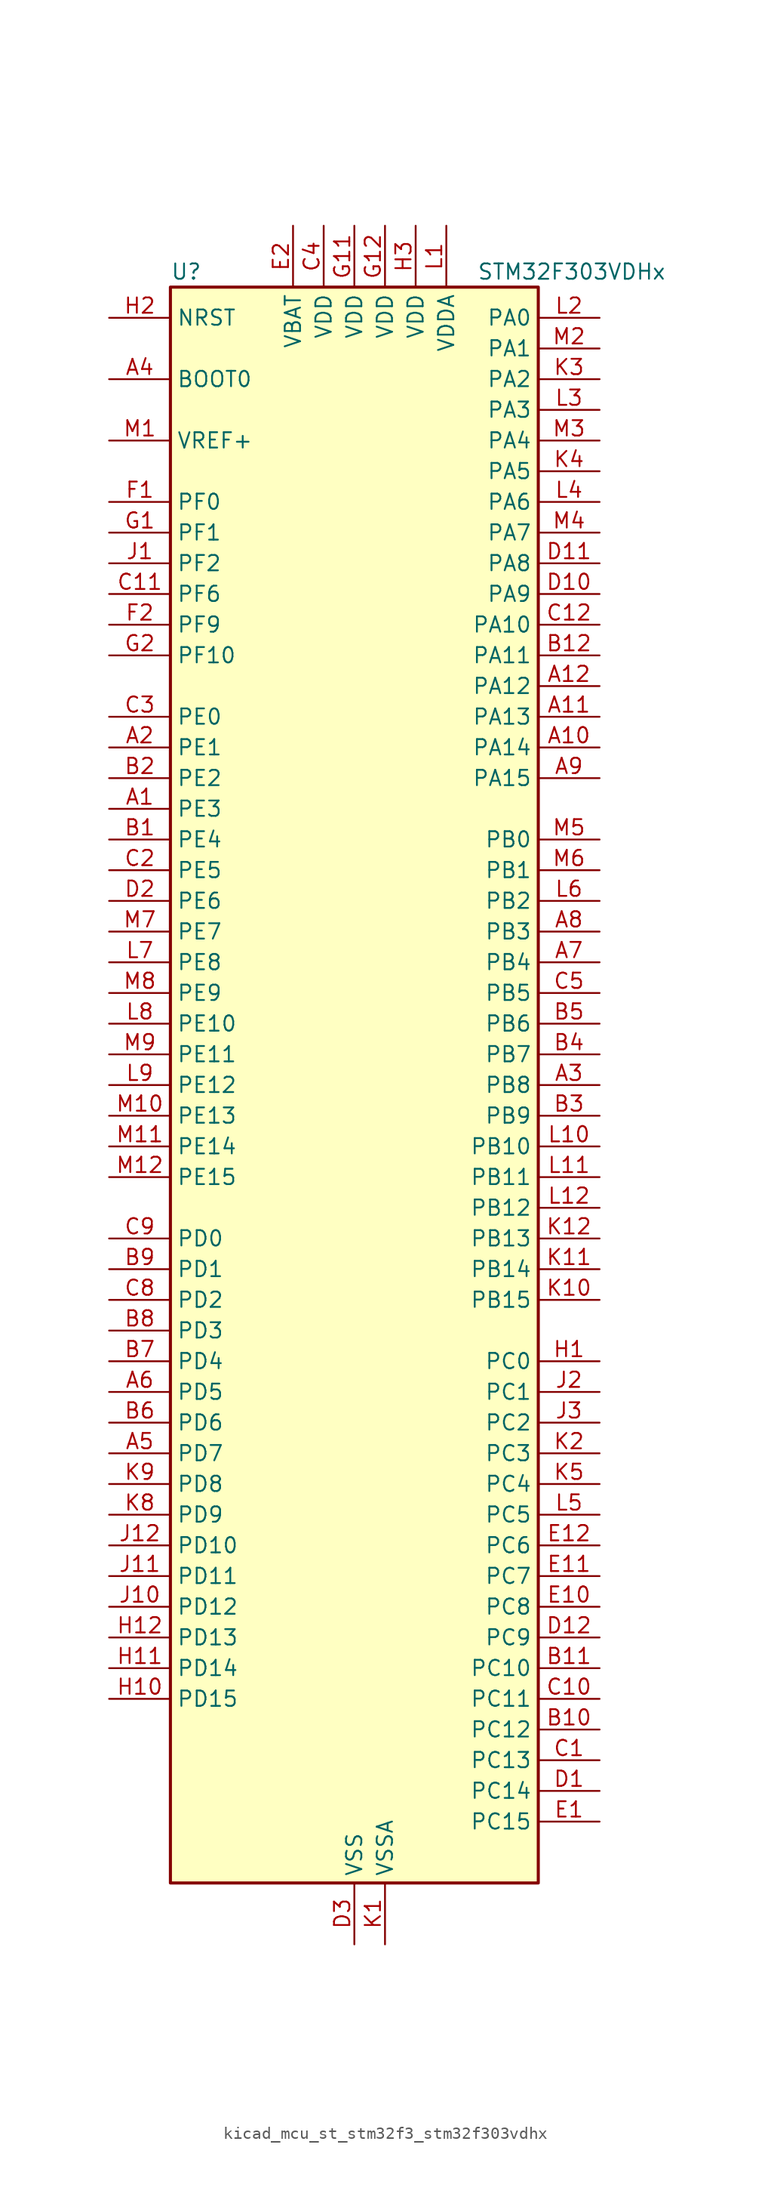
<source format=kicad_sym>
(kicad_symbol_lib
  (version 20220914)
  (generator kicad_symbol_editor)
  (symbol "kicad_mcu_st_stm32f3_stm32f303vdhx"
    (property "Reference" "U"
      (at -15.24 67.31 0)
      (effects (font (size 1.27 1.27)) (justify left)))
    (property "Value" "STM32F303VDHx"
      (at 10.16 67.31 0)
      (effects (font (size 1.27 1.27)) (justify left)))
    (property "ki_locked" ""
      (at 0 0 0)
      (effects (font (size 1.27 1.27))))
    (symbol "kicad_mcu_st_stm32f3_stm32f303vdhx_0_1"
      (rectangle (start -15.24 -66.04) (end 15.24 66.04) (stroke (width 0.254) (type default)) (fill (type background))))
    (symbol "kicad_mcu_st_stm32f3_stm32f303vdhx_1_1"
      (pin bidirectional line (at -20.32 22.86 0) (length 5.08) (name "PE3" (effects (font (size 1.27 1.27)))) (number "A1" (effects (font (size 1.27 1.27)))) (alternate "FMC_A19" bidirectional line) (alternate "SPI4_NSS" bidirectional line) (alternate "SYS_TRACED0" bidirectional line) (alternate "TIM20_CH2" bidirectional line) (alternate "TIM3_CH2" bidirectional line) (alternate "TSC_G7_IO2" bidirectional line))
      (pin bidirectional line (at 20.32 27.94 180) (length 5.08) (name "PA14" (effects (font (size 1.27 1.27)))) (number "A10" (effects (font (size 1.27 1.27)))) (alternate "I2C1_SDA" bidirectional line) (alternate "SYS_JTCK-SWCLK" bidirectional line) (alternate "TIM1_BKIN" bidirectional line) (alternate "TIM8_CH2" bidirectional line) (alternate "TSC_G4_IO4" bidirectional line) (alternate "USART2_TX" bidirectional line))
      (pin bidirectional line (at 20.32 30.48 180) (length 5.08) (name "PA13" (effects (font (size 1.27 1.27)))) (number "A11" (effects (font (size 1.27 1.27)))) (alternate "IR_OUT" bidirectional line) (alternate "SYS_JTMS-SWDIO" bidirectional line) (alternate "TIM16_CH1N" bidirectional line) (alternate "TIM4_CH3" bidirectional line) (alternate "TSC_G4_IO3" bidirectional line) (alternate "USART3_CTS" bidirectional line))
      (pin bidirectional line (at 20.32 33.02 180) (length 5.08) (name "PA12" (effects (font (size 1.27 1.27)))) (number "A12" (effects (font (size 1.27 1.27)))) (alternate "CAN_TX" bidirectional line) (alternate "COMP2_OUT" bidirectional line) (alternate "I2S_CKIN" bidirectional line) (alternate "TIM16_CH1" bidirectional line) (alternate "TIM1_CH2N" bidirectional line) (alternate "TIM1_ETR" bidirectional line) (alternate "TIM4_CH2" bidirectional line) (alternate "USART1_DE" bidirectional line) (alternate "USART1_RTS" bidirectional line) (alternate "USB_DP" bidirectional line))
      (pin bidirectional line (at -20.32 27.94 0) (length 5.08) (name "PE1" (effects (font (size 1.27 1.27)))) (number "A2" (effects (font (size 1.27 1.27)))) (alternate "FMC_NBL1" bidirectional line) (alternate "TIM17_CH1" bidirectional line) (alternate "TIM20_CH4" bidirectional line) (alternate "USART1_RX" bidirectional line))
      (pin bidirectional line (at 20.32 0 180) (length 5.08) (name "PB8" (effects (font (size 1.27 1.27)))) (number "A3" (effects (font (size 1.27 1.27)))) (alternate "CAN_RX" bidirectional line) (alternate "COMP1_OUT" bidirectional line) (alternate "I2C1_SCL" bidirectional line) (alternate "TIM16_CH1" bidirectional line) (alternate "TIM1_BKIN" bidirectional line) (alternate "TIM4_CH3" bidirectional line) (alternate "TIM8_CH2" bidirectional line) (alternate "TSC_SYNC" bidirectional line) (alternate "USART3_RX" bidirectional line))
      (pin input line (at -20.32 58.42 0) (length 5.08) (name "BOOT0" (effects (font (size 1.27 1.27)))) (number "A4" (effects (font (size 1.27 1.27)))))
      (pin bidirectional line (at -20.32 -30.48 0) (length 5.08) (name "PD7" (effects (font (size 1.27 1.27)))) (number "A5" (effects (font (size 1.27 1.27)))) (alternate "FMC_NCE2" bidirectional line) (alternate "FMC_NE1" bidirectional line) (alternate "TIM2_CH3" bidirectional line) (alternate "USART2_CK" bidirectional line))
      (pin bidirectional line (at -20.32 -25.4 0) (length 5.08) (name "PD5" (effects (font (size 1.27 1.27)))) (number "A6" (effects (font (size 1.27 1.27)))) (alternate "FMC_NWE" bidirectional line) (alternate "USART2_TX" bidirectional line))
      (pin bidirectional line (at 20.32 10.16 180) (length 5.08) (name "PB4" (effects (font (size 1.27 1.27)))) (number "A7" (effects (font (size 1.27 1.27)))) (alternate "I2S3_ext_SD" bidirectional line) (alternate "SPI1_MISO" bidirectional line) (alternate "SPI3_MISO" bidirectional line) (alternate "SYS_NJTRST" bidirectional line) (alternate "TIM16_CH1" bidirectional line) (alternate "TIM17_BKIN" bidirectional line) (alternate "TIM3_CH1" bidirectional line) (alternate "TIM8_CH2N" bidirectional line) (alternate "TSC_G5_IO2" bidirectional line) (alternate "USART2_RX" bidirectional line))
      (pin bidirectional line (at 20.32 12.7 180) (length 5.08) (name "PB3" (effects (font (size 1.27 1.27)))) (number "A8" (effects (font (size 1.27 1.27)))) (alternate "I2S3_CK" bidirectional line) (alternate "SPI1_SCK" bidirectional line) (alternate "SPI3_SCK" bidirectional line) (alternate "SYS_JTDO-TRACESWO" bidirectional line) (alternate "TIM2_CH2" bidirectional line) (alternate "TIM3_ETR" bidirectional line) (alternate "TIM4_ETR" bidirectional line) (alternate "TIM8_CH1N" bidirectional line) (alternate "TSC_G5_IO1" bidirectional line) (alternate "USART2_TX" bidirectional line))
      (pin bidirectional line (at 20.32 25.4 180) (length 5.08) (name "PA15" (effects (font (size 1.27 1.27)))) (number "A9" (effects (font (size 1.27 1.27)))) (alternate "ADC1_EXTI15" bidirectional line) (alternate "ADC2_EXTI15" bidirectional line) (alternate "ADC3_EXTI15" bidirectional line) (alternate "ADC4_EXTI15" bidirectional line) (alternate "I2C1_SCL" bidirectional line) (alternate "I2S3_WS" bidirectional line) (alternate "SPI1_NSS" bidirectional line) (alternate "SPI3_NSS" bidirectional line) (alternate "SYS_JTDI" bidirectional line) (alternate "TIM1_BKIN" bidirectional line) (alternate "TIM2_CH1" bidirectional line) (alternate "TIM2_ETR" bidirectional line) (alternate "TIM8_CH1" bidirectional line) (alternate "TSC_SYNC" bidirectional line) (alternate "USART2_RX" bidirectional line))
      (pin bidirectional line (at -20.32 20.32 0) (length 5.08) (name "PE4" (effects (font (size 1.27 1.27)))) (number "B1" (effects (font (size 1.27 1.27)))) (alternate "FMC_A20" bidirectional line) (alternate "SPI4_NSS" bidirectional line) (alternate "SYS_TRACED1" bidirectional line) (alternate "TIM20_CH1N" bidirectional line) (alternate "TIM3_CH3" bidirectional line) (alternate "TSC_G7_IO3" bidirectional line))
      (pin bidirectional line (at 20.32 -53.34 180) (length 5.08) (name "PC12" (effects (font (size 1.27 1.27)))) (number "B10" (effects (font (size 1.27 1.27)))) (alternate "I2S3_SD" bidirectional line) (alternate "SPI3_MOSI" bidirectional line) (alternate "TIM8_CH3N" bidirectional line) (alternate "UART5_TX" bidirectional line) (alternate "USART3_CK" bidirectional line))
      (pin bidirectional line (at 20.32 -48.26 180) (length 5.08) (name "PC10" (effects (font (size 1.27 1.27)))) (number "B11" (effects (font (size 1.27 1.27)))) (alternate "I2S3_CK" bidirectional line) (alternate "SPI3_SCK" bidirectional line) (alternate "TIM8_CH1N" bidirectional line) (alternate "UART4_TX" bidirectional line) (alternate "USART3_TX" bidirectional line))
      (pin bidirectional line (at 20.32 35.56 180) (length 5.08) (name "PA11" (effects (font (size 1.27 1.27)))) (number "B12" (effects (font (size 1.27 1.27)))) (alternate "ADC1_EXTI11" bidirectional line) (alternate "ADC2_EXTI11" bidirectional line) (alternate "CAN_RX" bidirectional line) (alternate "COMP1_OUT" bidirectional line) (alternate "I2S2_SD" bidirectional line) (alternate "SPI2_MOSI" bidirectional line) (alternate "TIM1_BKIN2" bidirectional line) (alternate "TIM1_CH1N" bidirectional line) (alternate "TIM1_CH4" bidirectional line) (alternate "TIM4_CH1" bidirectional line) (alternate "USART1_CTS" bidirectional line) (alternate "USB_DM" bidirectional line))
      (pin bidirectional line (at -20.32 25.4 0) (length 5.08) (name "PE2" (effects (font (size 1.27 1.27)))) (number "B2" (effects (font (size 1.27 1.27)))) (alternate "ADC3_EXTI2" bidirectional line) (alternate "ADC4_EXTI2" bidirectional line) (alternate "FMC_A23" bidirectional line) (alternate "SPI4_SCK" bidirectional line) (alternate "SYS_TRACECK" bidirectional line) (alternate "TIM20_CH1" bidirectional line) (alternate "TIM3_CH1" bidirectional line) (alternate "TSC_G7_IO1" bidirectional line))
      (pin bidirectional line (at 20.32 -2.54 180) (length 5.08) (name "PB9" (effects (font (size 1.27 1.27)))) (number "B3" (effects (font (size 1.27 1.27)))) (alternate "CAN_TX" bidirectional line) (alternate "COMP2_OUT" bidirectional line) (alternate "DAC1_EXTI9" bidirectional line) (alternate "I2C1_SDA" bidirectional line) (alternate "IR_OUT" bidirectional line) (alternate "TIM17_CH1" bidirectional line) (alternate "TIM4_CH4" bidirectional line) (alternate "TIM8_CH3" bidirectional line) (alternate "USART3_TX" bidirectional line))
      (pin bidirectional line (at 20.32 2.54 180) (length 5.08) (name "PB7" (effects (font (size 1.27 1.27)))) (number "B4" (effects (font (size 1.27 1.27)))) (alternate "FMC_NL" bidirectional line) (alternate "I2C1_SDA" bidirectional line) (alternate "TIM17_CH1N" bidirectional line) (alternate "TIM3_CH4" bidirectional line) (alternate "TIM4_CH2" bidirectional line) (alternate "TIM8_BKIN" bidirectional line) (alternate "TSC_G5_IO4" bidirectional line) (alternate "USART1_RX" bidirectional line))
      (pin bidirectional line (at 20.32 5.08 180) (length 5.08) (name "PB6" (effects (font (size 1.27 1.27)))) (number "B5" (effects (font (size 1.27 1.27)))) (alternate "I2C1_SCL" bidirectional line) (alternate "TIM16_CH1N" bidirectional line) (alternate "TIM4_CH1" bidirectional line) (alternate "TIM8_BKIN2" bidirectional line) (alternate "TIM8_CH1" bidirectional line) (alternate "TIM8_ETR" bidirectional line) (alternate "TSC_G5_IO3" bidirectional line) (alternate "USART1_TX" bidirectional line))
      (pin bidirectional line (at -20.32 -27.94 0) (length 5.08) (name "PD6" (effects (font (size 1.27 1.27)))) (number "B6" (effects (font (size 1.27 1.27)))) (alternate "FMC_NWAIT" bidirectional line) (alternate "TIM2_CH4" bidirectional line) (alternate "USART2_RX" bidirectional line))
      (pin bidirectional line (at -20.32 -22.86 0) (length 5.08) (name "PD4" (effects (font (size 1.27 1.27)))) (number "B7" (effects (font (size 1.27 1.27)))) (alternate "FMC_NOE" bidirectional line) (alternate "TIM2_CH2" bidirectional line) (alternate "USART2_DE" bidirectional line) (alternate "USART2_RTS" bidirectional line))
      (pin bidirectional line (at -20.32 -20.32 0) (length 5.08) (name "PD3" (effects (font (size 1.27 1.27)))) (number "B8" (effects (font (size 1.27 1.27)))) (alternate "FMC_CLK" bidirectional line) (alternate "TIM2_CH1" bidirectional line) (alternate "TIM2_ETR" bidirectional line) (alternate "USART2_CTS" bidirectional line))
      (pin bidirectional line (at -20.32 -15.24 0) (length 5.08) (name "PD1" (effects (font (size 1.27 1.27)))) (number "B9" (effects (font (size 1.27 1.27)))) (alternate "CAN_TX" bidirectional line) (alternate "FMC_D3" bidirectional line) (alternate "FMC_DA3" bidirectional line) (alternate "TIM8_BKIN2" bidirectional line) (alternate "TIM8_CH4" bidirectional line))
      (pin bidirectional line (at 20.32 -55.88 180) (length 5.08) (name "PC13" (effects (font (size 1.27 1.27)))) (number "C1" (effects (font (size 1.27 1.27)))) (alternate "RTC_OUT_ALARM" bidirectional line) (alternate "RTC_OUT_CALIB" bidirectional line) (alternate "RTC_TAMP1" bidirectional line) (alternate "RTC_TS" bidirectional line) (alternate "SYS_WKUP2" bidirectional line) (alternate "TIM1_CH1N" bidirectional line))
      (pin bidirectional line (at 20.32 -50.8 180) (length 5.08) (name "PC11" (effects (font (size 1.27 1.27)))) (number "C10" (effects (font (size 1.27 1.27)))) (alternate "ADC1_EXTI11" bidirectional line) (alternate "ADC2_EXTI11" bidirectional line) (alternate "I2S3_ext_SD" bidirectional line) (alternate "SPI3_MISO" bidirectional line) (alternate "TIM8_CH2N" bidirectional line) (alternate "UART4_RX" bidirectional line) (alternate "USART3_RX" bidirectional line))
      (pin bidirectional line (at -20.32 40.64 0) (length 5.08) (name "PF6" (effects (font (size 1.27 1.27)))) (number "C11" (effects (font (size 1.27 1.27)))) (alternate "FMC_NIORD" bidirectional line) (alternate "I2C2_SCL" bidirectional line) (alternate "TIM4_CH4" bidirectional line) (alternate "USART3_DE" bidirectional line) (alternate "USART3_RTS" bidirectional line))
      (pin bidirectional line (at 20.32 38.1 180) (length 5.08) (name "PA10" (effects (font (size 1.27 1.27)))) (number "C12" (effects (font (size 1.27 1.27)))) (alternate "COMP6_OUT" bidirectional line) (alternate "I2C2_SDA" bidirectional line) (alternate "I2S2_ext_SD" bidirectional line) (alternate "SPI2_MISO" bidirectional line) (alternate "TIM17_BKIN" bidirectional line) (alternate "TIM1_CH3" bidirectional line) (alternate "TIM2_CH4" bidirectional line) (alternate "TIM8_BKIN" bidirectional line) (alternate "TSC_G4_IO2" bidirectional line) (alternate "USART1_RX" bidirectional line))
      (pin bidirectional line (at -20.32 17.78 0) (length 5.08) (name "PE5" (effects (font (size 1.27 1.27)))) (number "C2" (effects (font (size 1.27 1.27)))) (alternate "FMC_A21" bidirectional line) (alternate "SPI4_MISO" bidirectional line) (alternate "SYS_TRACED2" bidirectional line) (alternate "TIM20_CH2N" bidirectional line) (alternate "TIM3_CH4" bidirectional line) (alternate "TSC_G7_IO4" bidirectional line))
      (pin bidirectional line (at -20.32 30.48 0) (length 5.08) (name "PE0" (effects (font (size 1.27 1.27)))) (number "C3" (effects (font (size 1.27 1.27)))) (alternate "FMC_NBL0" bidirectional line) (alternate "TIM16_CH1" bidirectional line) (alternate "TIM20_ETR" bidirectional line) (alternate "TIM4_ETR" bidirectional line) (alternate "USART1_TX" bidirectional line))
      (pin power_in line (at -2.54 71.12 270) (length 5.08) (name "VDD" (effects (font (size 1.27 1.27)))) (number "C4" (effects (font (size 1.27 1.27)))))
      (pin bidirectional line (at 20.32 7.62 180) (length 5.08) (name "PB5" (effects (font (size 1.27 1.27)))) (number "C5" (effects (font (size 1.27 1.27)))) (alternate "I2C1_SMBA" bidirectional line) (alternate "I2C3_SDA" bidirectional line) (alternate "I2S3_SD" bidirectional line) (alternate "SPI1_MOSI" bidirectional line) (alternate "SPI3_MOSI" bidirectional line) (alternate "TIM16_BKIN" bidirectional line) (alternate "TIM17_CH1" bidirectional line) (alternate "TIM3_CH2" bidirectional line) (alternate "TIM8_CH3N" bidirectional line) (alternate "USART2_CK" bidirectional line))
      (pin bidirectional line (at -20.32 -17.78 0) (length 5.08) (name "PD2" (effects (font (size 1.27 1.27)))) (number "C8" (effects (font (size 1.27 1.27)))) (alternate "ADC3_EXTI2" bidirectional line) (alternate "ADC4_EXTI2" bidirectional line) (alternate "TIM3_ETR" bidirectional line) (alternate "TIM8_BKIN" bidirectional line) (alternate "UART5_RX" bidirectional line))
      (pin bidirectional line (at -20.32 -12.7 0) (length 5.08) (name "PD0" (effects (font (size 1.27 1.27)))) (number "C9" (effects (font (size 1.27 1.27)))) (alternate "CAN_RX" bidirectional line) (alternate "FMC_D2" bidirectional line) (alternate "FMC_DA2" bidirectional line))
      (pin bidirectional line (at 20.32 -58.42 180) (length 5.08) (name "PC14" (effects (font (size 1.27 1.27)))) (number "D1" (effects (font (size 1.27 1.27)))) (alternate "RCC_OSC32_IN" bidirectional line))
      (pin bidirectional line (at 20.32 40.64 180) (length 5.08) (name "PA9" (effects (font (size 1.27 1.27)))) (number "D10" (effects (font (size 1.27 1.27)))) (alternate "COMP5_OUT" bidirectional line) (alternate "DAC1_EXTI9" bidirectional line) (alternate "I2C2_SCL" bidirectional line) (alternate "I2C3_SMBA" bidirectional line) (alternate "I2S3_MCK" bidirectional line) (alternate "TIM15_BKIN" bidirectional line) (alternate "TIM1_CH2" bidirectional line) (alternate "TIM2_CH3" bidirectional line) (alternate "TSC_G4_IO1" bidirectional line) (alternate "USART1_TX" bidirectional line))
      (pin bidirectional line (at 20.32 43.18 180) (length 5.08) (name "PA8" (effects (font (size 1.27 1.27)))) (number "D11" (effects (font (size 1.27 1.27)))) (alternate "COMP3_OUT" bidirectional line) (alternate "I2C2_SMBA" bidirectional line) (alternate "I2C3_SCL" bidirectional line) (alternate "I2S2_MCK" bidirectional line) (alternate "RCC_MCO" bidirectional line) (alternate "TIM1_CH1" bidirectional line) (alternate "TIM4_ETR" bidirectional line) (alternate "USART1_CK" bidirectional line))
      (pin bidirectional line (at 20.32 -45.72 180) (length 5.08) (name "PC9" (effects (font (size 1.27 1.27)))) (number "D12" (effects (font (size 1.27 1.27)))) (alternate "DAC1_EXTI9" bidirectional line) (alternate "I2C3_SDA" bidirectional line) (alternate "I2S_CKIN" bidirectional line) (alternate "TIM3_CH4" bidirectional line) (alternate "TIM8_BKIN2" bidirectional line) (alternate "TIM8_CH4" bidirectional line))
      (pin bidirectional line (at -20.32 15.24 0) (length 5.08) (name "PE6" (effects (font (size 1.27 1.27)))) (number "D2" (effects (font (size 1.27 1.27)))) (alternate "FMC_A22" bidirectional line) (alternate "RTC_TAMP3" bidirectional line) (alternate "SPI4_MOSI" bidirectional line) (alternate "SYS_TRACED3" bidirectional line) (alternate "SYS_WKUP3" bidirectional line) (alternate "TIM20_CH3N" bidirectional line))
      (pin power_in line (at 0 -71.12 90) (length 5.08) (name "VSS" (effects (font (size 1.27 1.27)))) (number "D3" (effects (font (size 1.27 1.27)))))
      (pin bidirectional line (at 20.32 -60.96 180) (length 5.08) (name "PC15" (effects (font (size 1.27 1.27)))) (number "E1" (effects (font (size 1.27 1.27)))) (alternate "ADC1_EXTI15" bidirectional line) (alternate "ADC2_EXTI15" bidirectional line) (alternate "ADC3_EXTI15" bidirectional line) (alternate "ADC4_EXTI15" bidirectional line) (alternate "RCC_OSC32_OUT" bidirectional line))
      (pin bidirectional line (at 20.32 -43.18 180) (length 5.08) (name "PC8" (effects (font (size 1.27 1.27)))) (number "E10" (effects (font (size 1.27 1.27)))) (alternate "COMP3_OUT" bidirectional line) (alternate "TIM3_CH3" bidirectional line) (alternate "TIM8_CH3" bidirectional line))
      (pin bidirectional line (at 20.32 -40.64 180) (length 5.08) (name "PC7" (effects (font (size 1.27 1.27)))) (number "E11" (effects (font (size 1.27 1.27)))) (alternate "COMP5_OUT" bidirectional line) (alternate "I2S3_MCK" bidirectional line) (alternate "TIM3_CH2" bidirectional line) (alternate "TIM8_CH2" bidirectional line))
      (pin bidirectional line (at 20.32 -38.1 180) (length 5.08) (name "PC6" (effects (font (size 1.27 1.27)))) (number "E12" (effects (font (size 1.27 1.27)))) (alternate "COMP6_OUT" bidirectional line) (alternate "I2S2_MCK" bidirectional line) (alternate "TIM3_CH1" bidirectional line) (alternate "TIM8_CH1" bidirectional line))
      (pin power_in line (at -5.08 71.12 270) (length 5.08) (name "VBAT" (effects (font (size 1.27 1.27)))) (number "E2" (effects (font (size 1.27 1.27)))))
      (pin passive line (at 0 -71.12 90) (length 5.08) hide (name "VSS" (effects (font (size 1.27 1.27)))) (number "E3" (effects (font (size 1.27 1.27)))))
      (pin bidirectional line (at -20.32 48.26 0) (length 5.08) (name "PF0" (effects (font (size 1.27 1.27)))) (number "F1" (effects (font (size 1.27 1.27)))) (alternate "I2C2_SDA" bidirectional line) (alternate "I2S2_WS" bidirectional line) (alternate "RCC_OSC_IN" bidirectional line) (alternate "SPI2_NSS" bidirectional line) (alternate "TIM1_CH3N" bidirectional line))
      (pin passive line (at 0 -71.12 90) (length 5.08) hide (name "VSS" (effects (font (size 1.27 1.27)))) (number "F11" (effects (font (size 1.27 1.27)))))
      (pin passive line (at 0 -71.12 90) (length 5.08) hide (name "VSS" (effects (font (size 1.27 1.27)))) (number "F12" (effects (font (size 1.27 1.27)))))
      (pin bidirectional line (at -20.32 38.1 0) (length 5.08) (name "PF9" (effects (font (size 1.27 1.27)))) (number "F2" (effects (font (size 1.27 1.27)))) (alternate "DAC1_EXTI9" bidirectional line) (alternate "FMC_CD" bidirectional line) (alternate "SPI2_SCK" bidirectional line) (alternate "TIM15_CH1" bidirectional line) (alternate "TIM20_BKIN" bidirectional line))
      (pin bidirectional line (at -20.32 45.72 0) (length 5.08) (name "PF1" (effects (font (size 1.27 1.27)))) (number "G1" (effects (font (size 1.27 1.27)))) (alternate "I2C2_SCL" bidirectional line) (alternate "I2S2_CK" bidirectional line) (alternate "RCC_OSC_OUT" bidirectional line) (alternate "SPI2_SCK" bidirectional line))
      (pin power_in line (at 0 71.12 270) (length 5.08) (name "VDD" (effects (font (size 1.27 1.27)))) (number "G11" (effects (font (size 1.27 1.27)))))
      (pin power_in line (at 2.54 71.12 270) (length 5.08) (name "VDD" (effects (font (size 1.27 1.27)))) (number "G12" (effects (font (size 1.27 1.27)))))
      (pin bidirectional line (at -20.32 35.56 0) (length 5.08) (name "PF10" (effects (font (size 1.27 1.27)))) (number "G2" (effects (font (size 1.27 1.27)))) (alternate "FMC_INTR" bidirectional line) (alternate "SPI2_SCK" bidirectional line) (alternate "TIM15_CH2" bidirectional line) (alternate "TIM20_BKIN2" bidirectional line))
      (pin bidirectional line (at 20.32 -22.86 180) (length 5.08) (name "PC0" (effects (font (size 1.27 1.27)))) (number "H1" (effects (font (size 1.27 1.27)))) (alternate "ADC1_IN6" bidirectional line) (alternate "ADC2_IN6" bidirectional line) (alternate "COMP7_INM" bidirectional line) (alternate "TIM1_CH1" bidirectional line))
      (pin bidirectional line (at -20.32 -50.8 0) (length 5.08) (name "PD15" (effects (font (size 1.27 1.27)))) (number "H10" (effects (font (size 1.27 1.27)))) (alternate "ADC1_EXTI15" bidirectional line) (alternate "ADC2_EXTI15" bidirectional line) (alternate "ADC3_EXTI15" bidirectional line) (alternate "ADC4_EXTI15" bidirectional line) (alternate "COMP3_INM" bidirectional line) (alternate "FMC_D1" bidirectional line) (alternate "FMC_DA1" bidirectional line) (alternate "SPI2_NSS" bidirectional line) (alternate "TIM4_CH4" bidirectional line) (alternate "TSC_G8_IO4" bidirectional line))
      (pin bidirectional line (at -20.32 -48.26 0) (length 5.08) (name "PD14" (effects (font (size 1.27 1.27)))) (number "H11" (effects (font (size 1.27 1.27)))) (alternate "ADC3_IN11" bidirectional line) (alternate "ADC4_IN11" bidirectional line) (alternate "FMC_D0" bidirectional line) (alternate "FMC_DA0" bidirectional line) (alternate "OPAMP2_VINP" bidirectional line) (alternate "OPAMP2_VINP_SEC" bidirectional line) (alternate "TIM4_CH3" bidirectional line) (alternate "TSC_G8_IO3" bidirectional line))
      (pin bidirectional line (at -20.32 -45.72 0) (length 5.08) (name "PD13" (effects (font (size 1.27 1.27)))) (number "H12" (effects (font (size 1.27 1.27)))) (alternate "ADC3_IN10" bidirectional line) (alternate "ADC4_IN10" bidirectional line) (alternate "COMP5_INM" bidirectional line) (alternate "FMC_A18" bidirectional line) (alternate "TIM4_CH2" bidirectional line) (alternate "TSC_G8_IO2" bidirectional line))
      (pin input line (at -20.32 63.5 0) (length 5.08) (name "NRST" (effects (font (size 1.27 1.27)))) (number "H2" (effects (font (size 1.27 1.27)))))
      (pin power_in line (at 5.08 71.12 270) (length 5.08) (name "VDD" (effects (font (size 1.27 1.27)))) (number "H3" (effects (font (size 1.27 1.27)))))
      (pin bidirectional line (at -20.32 43.18 0) (length 5.08) (name "PF2" (effects (font (size 1.27 1.27)))) (number "J1" (effects (font (size 1.27 1.27)))) (alternate "ADC1_IN10" bidirectional line) (alternate "ADC2_IN10" bidirectional line) (alternate "ADC3_EXTI2" bidirectional line) (alternate "ADC4_EXTI2" bidirectional line) (alternate "FMC_A2" bidirectional line) (alternate "TIM20_CH3" bidirectional line))
      (pin bidirectional line (at -20.32 -43.18 0) (length 5.08) (name "PD12" (effects (font (size 1.27 1.27)))) (number "J10" (effects (font (size 1.27 1.27)))) (alternate "ADC3_IN9" bidirectional line) (alternate "ADC4_IN9" bidirectional line) (alternate "FMC_A17" bidirectional line) (alternate "FMC_ALE" bidirectional line) (alternate "TIM4_CH1" bidirectional line) (alternate "TSC_G8_IO1" bidirectional line) (alternate "USART3_DE" bidirectional line) (alternate "USART3_RTS" bidirectional line))
      (pin bidirectional line (at -20.32 -40.64 0) (length 5.08) (name "PD11" (effects (font (size 1.27 1.27)))) (number "J11" (effects (font (size 1.27 1.27)))) (alternate "ADC1_EXTI11" bidirectional line) (alternate "ADC2_EXTI11" bidirectional line) (alternate "ADC3_IN8" bidirectional line) (alternate "ADC4_IN8" bidirectional line) (alternate "FMC_A16" bidirectional line) (alternate "FMC_CLE" bidirectional line) (alternate "OPAMP4_VINP" bidirectional line) (alternate "OPAMP4_VINP_SEC" bidirectional line) (alternate "USART3_CTS" bidirectional line))
      (pin bidirectional line (at -20.32 -38.1 0) (length 5.08) (name "PD10" (effects (font (size 1.27 1.27)))) (number "J12" (effects (font (size 1.27 1.27)))) (alternate "ADC3_IN7" bidirectional line) (alternate "ADC4_IN7" bidirectional line) (alternate "COMP6_INM" bidirectional line) (alternate "FMC_D15" bidirectional line) (alternate "FMC_DA15" bidirectional line) (alternate "USART3_CK" bidirectional line))
      (pin bidirectional line (at 20.32 -25.4 180) (length 5.08) (name "PC1" (effects (font (size 1.27 1.27)))) (number "J2" (effects (font (size 1.27 1.27)))) (alternate "ADC1_IN7" bidirectional line) (alternate "ADC2_IN7" bidirectional line) (alternate "COMP7_INP" bidirectional line) (alternate "TIM1_CH2" bidirectional line))
      (pin bidirectional line (at 20.32 -27.94 180) (length 5.08) (name "PC2" (effects (font (size 1.27 1.27)))) (number "J3" (effects (font (size 1.27 1.27)))) (alternate "ADC1_IN8" bidirectional line) (alternate "ADC2_IN8" bidirectional line) (alternate "ADC3_EXTI2" bidirectional line) (alternate "ADC4_EXTI2" bidirectional line) (alternate "COMP7_OUT" bidirectional line) (alternate "TIM1_CH3" bidirectional line))
      (pin power_in line (at 2.54 -71.12 90) (length 5.08) (name "VSSA" (effects (font (size 1.27 1.27)))) (number "K1" (effects (font (size 1.27 1.27)))))
      (pin bidirectional line (at 20.32 -17.78 180) (length 5.08) (name "PB15" (effects (font (size 1.27 1.27)))) (number "K10" (effects (font (size 1.27 1.27)))) (alternate "ADC1_EXTI15" bidirectional line) (alternate "ADC2_EXTI15" bidirectional line) (alternate "ADC3_EXTI15" bidirectional line) (alternate "ADC4_EXTI15" bidirectional line) (alternate "ADC4_IN5" bidirectional line) (alternate "COMP6_INM" bidirectional line) (alternate "I2S2_SD" bidirectional line) (alternate "RTC_REFIN" bidirectional line) (alternate "SPI2_MOSI" bidirectional line) (alternate "TIM15_CH1N" bidirectional line) (alternate "TIM15_CH2" bidirectional line) (alternate "TIM1_CH3N" bidirectional line))
      (pin bidirectional line (at 20.32 -15.24 180) (length 5.08) (name "PB14" (effects (font (size 1.27 1.27)))) (number "K11" (effects (font (size 1.27 1.27)))) (alternate "ADC4_IN4" bidirectional line) (alternate "COMP3_INP" bidirectional line) (alternate "I2S2_ext_SD" bidirectional line) (alternate "OPAMP2_VINP" bidirectional line) (alternate "OPAMP2_VINP_SEC" bidirectional line) (alternate "SPI2_MISO" bidirectional line) (alternate "TIM15_CH1" bidirectional line) (alternate "TIM1_CH2N" bidirectional line) (alternate "TSC_G6_IO4" bidirectional line) (alternate "USART3_DE" bidirectional line) (alternate "USART3_RTS" bidirectional line))
      (pin bidirectional line (at 20.32 -12.7 180) (length 5.08) (name "PB13" (effects (font (size 1.27 1.27)))) (number "K12" (effects (font (size 1.27 1.27)))) (alternate "ADC3_IN5" bidirectional line) (alternate "COMP5_INP" bidirectional line) (alternate "I2S2_CK" bidirectional line) (alternate "OPAMP3_VINP" bidirectional line) (alternate "OPAMP3_VINP_SEC" bidirectional line) (alternate "OPAMP4_VINP" bidirectional line) (alternate "OPAMP4_VINP_SEC" bidirectional line) (alternate "SPI2_SCK" bidirectional line) (alternate "TIM1_CH1N" bidirectional line) (alternate "TSC_G6_IO3" bidirectional line) (alternate "USART3_CTS" bidirectional line))
      (pin bidirectional line (at 20.32 -30.48 180) (length 5.08) (name "PC3" (effects (font (size 1.27 1.27)))) (number "K2" (effects (font (size 1.27 1.27)))) (alternate "ADC1_IN9" bidirectional line) (alternate "ADC2_IN9" bidirectional line) (alternate "TIM1_BKIN2" bidirectional line) (alternate "TIM1_CH4" bidirectional line))
      (pin bidirectional line (at 20.32 58.42 180) (length 5.08) (name "PA2" (effects (font (size 1.27 1.27)))) (number "K3" (effects (font (size 1.27 1.27)))) (alternate "ADC1_IN3" bidirectional line) (alternate "ADC3_EXTI2" bidirectional line) (alternate "ADC4_EXTI2" bidirectional line) (alternate "COMP2_INM" bidirectional line) (alternate "COMP2_OUT" bidirectional line) (alternate "OPAMP1_VOUT" bidirectional line) (alternate "TIM15_CH1" bidirectional line) (alternate "TIM2_CH3" bidirectional line) (alternate "TSC_G1_IO3" bidirectional line) (alternate "USART2_TX" bidirectional line))
      (pin bidirectional line (at 20.32 50.8 180) (length 5.08) (name "PA5" (effects (font (size 1.27 1.27)))) (number "K4" (effects (font (size 1.27 1.27)))) (alternate "ADC2_IN2" bidirectional line) (alternate "COMP1_INM" bidirectional line) (alternate "COMP2_INM" bidirectional line) (alternate "COMP3_INM" bidirectional line) (alternate "COMP4_INM" bidirectional line) (alternate "COMP5_INM" bidirectional line) (alternate "COMP6_INM" bidirectional line) (alternate "COMP7_INM" bidirectional line) (alternate "DAC1_OUT2" bidirectional line) (alternate "OPAMP1_VINP" bidirectional line) (alternate "OPAMP1_VINP_SEC" bidirectional line) (alternate "OPAMP2_VINM" bidirectional line) (alternate "OPAMP2_VINM_SEC" bidirectional line) (alternate "OPAMP3_VINP" bidirectional line) (alternate "OPAMP3_VINP_SEC" bidirectional line) (alternate "SPI1_SCK" bidirectional line) (alternate "TIM2_CH1" bidirectional line) (alternate "TIM2_ETR" bidirectional line) (alternate "TSC_G2_IO2" bidirectional line))
      (pin bidirectional line (at 20.32 -33.02 180) (length 5.08) (name "PC4" (effects (font (size 1.27 1.27)))) (number "K5" (effects (font (size 1.27 1.27)))) (alternate "ADC2_IN5" bidirectional line) (alternate "TIM1_ETR" bidirectional line) (alternate "USART1_TX" bidirectional line))
      (pin bidirectional line (at -20.32 -35.56 0) (length 5.08) (name "PD9" (effects (font (size 1.27 1.27)))) (number "K8" (effects (font (size 1.27 1.27)))) (alternate "ADC4_IN13" bidirectional line) (alternate "DAC1_EXTI9" bidirectional line) (alternate "FMC_D14" bidirectional line) (alternate "FMC_DA14" bidirectional line) (alternate "USART3_RX" bidirectional line))
      (pin bidirectional line (at -20.32 -33.02 0) (length 5.08) (name "PD8" (effects (font (size 1.27 1.27)))) (number "K9" (effects (font (size 1.27 1.27)))) (alternate "ADC4_IN12" bidirectional line) (alternate "FMC_D13" bidirectional line) (alternate "FMC_DA13" bidirectional line) (alternate "OPAMP4_VINM" bidirectional line) (alternate "OPAMP4_VINM_SEC" bidirectional line) (alternate "USART3_TX" bidirectional line))
      (pin power_in line (at 7.62 71.12 270) (length 5.08) (name "VDDA" (effects (font (size 1.27 1.27)))) (number "L1" (effects (font (size 1.27 1.27)))))
      (pin bidirectional line (at 20.32 -5.08 180) (length 5.08) (name "PB10" (effects (font (size 1.27 1.27)))) (number "L10" (effects (font (size 1.27 1.27)))) (alternate "COMP5_INM" bidirectional line) (alternate "OPAMP3_VINM" bidirectional line) (alternate "OPAMP3_VINM_SEC" bidirectional line) (alternate "OPAMP4_VINM" bidirectional line) (alternate "OPAMP4_VINM_SEC" bidirectional line) (alternate "TIM2_CH3" bidirectional line) (alternate "TSC_SYNC" bidirectional line) (alternate "USART3_TX" bidirectional line))
      (pin bidirectional line (at 20.32 -7.62 180) (length 5.08) (name "PB11" (effects (font (size 1.27 1.27)))) (number "L11" (effects (font (size 1.27 1.27)))) (alternate "ADC1_EXTI11" bidirectional line) (alternate "ADC1_IN14" bidirectional line) (alternate "ADC2_EXTI11" bidirectional line) (alternate "ADC2_IN14" bidirectional line) (alternate "COMP6_INP" bidirectional line) (alternate "OPAMP4_VINP" bidirectional line) (alternate "OPAMP4_VINP_SEC" bidirectional line) (alternate "TIM2_CH4" bidirectional line) (alternate "TSC_G6_IO1" bidirectional line) (alternate "USART3_RX" bidirectional line))
      (pin bidirectional line (at 20.32 -10.16 180) (length 5.08) (name "PB12" (effects (font (size 1.27 1.27)))) (number "L12" (effects (font (size 1.27 1.27)))) (alternate "ADC4_IN3" bidirectional line) (alternate "COMP3_INM" bidirectional line) (alternate "I2C2_SMBA" bidirectional line) (alternate "I2S2_WS" bidirectional line) (alternate "OPAMP4_VOUT" bidirectional line) (alternate "SPI2_NSS" bidirectional line) (alternate "TIM1_BKIN" bidirectional line) (alternate "TSC_G6_IO2" bidirectional line) (alternate "USART3_CK" bidirectional line))
      (pin bidirectional line (at 20.32 63.5 180) (length 5.08) (name "PA0" (effects (font (size 1.27 1.27)))) (number "L2" (effects (font (size 1.27 1.27)))) (alternate "ADC1_IN1" bidirectional line) (alternate "COMP1_INM" bidirectional line) (alternate "COMP1_OUT" bidirectional line) (alternate "RTC_TAMP2" bidirectional line) (alternate "SYS_WKUP1" bidirectional line) (alternate "TIM2_CH1" bidirectional line) (alternate "TIM2_ETR" bidirectional line) (alternate "TIM8_BKIN" bidirectional line) (alternate "TIM8_ETR" bidirectional line) (alternate "TSC_G1_IO1" bidirectional line) (alternate "USART2_CTS" bidirectional line))
      (pin bidirectional line (at 20.32 55.88 180) (length 5.08) (name "PA3" (effects (font (size 1.27 1.27)))) (number "L3" (effects (font (size 1.27 1.27)))) (alternate "ADC1_IN4" bidirectional line) (alternate "OPAMP1_VINM" bidirectional line) (alternate "OPAMP1_VINM_SEC" bidirectional line) (alternate "OPAMP1_VINP" bidirectional line) (alternate "OPAMP1_VINP_SEC" bidirectional line) (alternate "TIM15_CH2" bidirectional line) (alternate "TIM2_CH4" bidirectional line) (alternate "TSC_G1_IO4" bidirectional line) (alternate "USART2_RX" bidirectional line))
      (pin bidirectional line (at 20.32 48.26 180) (length 5.08) (name "PA6" (effects (font (size 1.27 1.27)))) (number "L4" (effects (font (size 1.27 1.27)))) (alternate "ADC2_IN3" bidirectional line) (alternate "COMP1_OUT" bidirectional line) (alternate "OPAMP2_VOUT" bidirectional line) (alternate "SPI1_MISO" bidirectional line) (alternate "TIM16_CH1" bidirectional line) (alternate "TIM1_BKIN" bidirectional line) (alternate "TIM3_CH1" bidirectional line) (alternate "TIM8_BKIN" bidirectional line) (alternate "TSC_G2_IO3" bidirectional line))
      (pin bidirectional line (at 20.32 -35.56 180) (length 5.08) (name "PC5" (effects (font (size 1.27 1.27)))) (number "L5" (effects (font (size 1.27 1.27)))) (alternate "ADC2_IN11" bidirectional line) (alternate "OPAMP1_VINM" bidirectional line) (alternate "OPAMP1_VINM_SEC" bidirectional line) (alternate "OPAMP2_VINM" bidirectional line) (alternate "OPAMP2_VINM_SEC" bidirectional line) (alternate "TIM15_BKIN" bidirectional line) (alternate "TSC_G3_IO1" bidirectional line) (alternate "USART1_RX" bidirectional line))
      (pin bidirectional line (at 20.32 15.24 180) (length 5.08) (name "PB2" (effects (font (size 1.27 1.27)))) (number "L6" (effects (font (size 1.27 1.27)))) (alternate "ADC2_IN12" bidirectional line) (alternate "ADC3_EXTI2" bidirectional line) (alternate "ADC4_EXTI2" bidirectional line) (alternate "COMP4_INM" bidirectional line) (alternate "OPAMP3_VINM" bidirectional line) (alternate "OPAMP3_VINM_SEC" bidirectional line) (alternate "TSC_G3_IO4" bidirectional line))
      (pin bidirectional line (at -20.32 10.16 0) (length 5.08) (name "PE8" (effects (font (size 1.27 1.27)))) (number "L7" (effects (font (size 1.27 1.27)))) (alternate "ADC3_IN6" bidirectional line) (alternate "ADC4_IN6" bidirectional line) (alternate "COMP4_INM" bidirectional line) (alternate "FMC_D5" bidirectional line) (alternate "FMC_DA5" bidirectional line) (alternate "TIM1_CH1N" bidirectional line))
      (pin bidirectional line (at -20.32 5.08 0) (length 5.08) (name "PE10" (effects (font (size 1.27 1.27)))) (number "L8" (effects (font (size 1.27 1.27)))) (alternate "ADC3_IN14" bidirectional line) (alternate "FMC_D7" bidirectional line) (alternate "FMC_DA7" bidirectional line) (alternate "TIM1_CH2N" bidirectional line))
      (pin bidirectional line (at -20.32 0 0) (length 5.08) (name "PE12" (effects (font (size 1.27 1.27)))) (number "L9" (effects (font (size 1.27 1.27)))) (alternate "ADC3_IN16" bidirectional line) (alternate "FMC_D9" bidirectional line) (alternate "FMC_DA9" bidirectional line) (alternate "SPI4_SCK" bidirectional line) (alternate "TIM1_CH3N" bidirectional line))
      (pin input line (at -20.32 53.34 0) (length 5.08) (name "VREF+" (effects (font (size 1.27 1.27)))) (number "M1" (effects (font (size 1.27 1.27)))))
      (pin bidirectional line (at -20.32 -2.54 0) (length 5.08) (name "PE13" (effects (font (size 1.27 1.27)))) (number "M10" (effects (font (size 1.27 1.27)))) (alternate "ADC3_IN3" bidirectional line) (alternate "FMC_D10" bidirectional line) (alternate "FMC_DA10" bidirectional line) (alternate "SPI4_MISO" bidirectional line) (alternate "TIM1_CH3" bidirectional line))
      (pin bidirectional line (at -20.32 -5.08 0) (length 5.08) (name "PE14" (effects (font (size 1.27 1.27)))) (number "M11" (effects (font (size 1.27 1.27)))) (alternate "ADC4_IN1" bidirectional line) (alternate "FMC_D11" bidirectional line) (alternate "FMC_DA11" bidirectional line) (alternate "SPI4_MOSI" bidirectional line) (alternate "TIM1_BKIN2" bidirectional line) (alternate "TIM1_CH4" bidirectional line))
      (pin bidirectional line (at -20.32 -7.62 0) (length 5.08) (name "PE15" (effects (font (size 1.27 1.27)))) (number "M12" (effects (font (size 1.27 1.27)))) (alternate "ADC1_EXTI15" bidirectional line) (alternate "ADC2_EXTI15" bidirectional line) (alternate "ADC3_EXTI15" bidirectional line) (alternate "ADC4_EXTI15" bidirectional line) (alternate "ADC4_IN2" bidirectional line) (alternate "FMC_D12" bidirectional line) (alternate "FMC_DA12" bidirectional line) (alternate "TIM1_BKIN" bidirectional line) (alternate "USART3_RX" bidirectional line))
      (pin bidirectional line (at 20.32 60.96 180) (length 5.08) (name "PA1" (effects (font (size 1.27 1.27)))) (number "M2" (effects (font (size 1.27 1.27)))) (alternate "ADC1_IN2" bidirectional line) (alternate "COMP1_INP" bidirectional line) (alternate "OPAMP1_VINP" bidirectional line) (alternate "OPAMP1_VINP_SEC" bidirectional line) (alternate "OPAMP3_VINP" bidirectional line) (alternate "OPAMP3_VINP_SEC" bidirectional line) (alternate "RTC_REFIN" bidirectional line) (alternate "TIM15_CH1N" bidirectional line) (alternate "TIM2_CH2" bidirectional line) (alternate "TSC_G1_IO2" bidirectional line) (alternate "USART2_DE" bidirectional line) (alternate "USART2_RTS" bidirectional line))
      (pin bidirectional line (at 20.32 53.34 180) (length 5.08) (name "PA4" (effects (font (size 1.27 1.27)))) (number "M3" (effects (font (size 1.27 1.27)))) (alternate "ADC2_IN1" bidirectional line) (alternate "COMP1_INM" bidirectional line) (alternate "COMP2_INM" bidirectional line) (alternate "COMP3_INM" bidirectional line) (alternate "COMP4_INM" bidirectional line) (alternate "COMP5_INM" bidirectional line) (alternate "COMP6_INM" bidirectional line) (alternate "COMP7_INM" bidirectional line) (alternate "DAC1_OUT1" bidirectional line) (alternate "I2S3_WS" bidirectional line) (alternate "OPAMP4_VINP" bidirectional line) (alternate "OPAMP4_VINP_SEC" bidirectional line) (alternate "SPI1_NSS" bidirectional line) (alternate "SPI3_NSS" bidirectional line) (alternate "TIM3_CH2" bidirectional line) (alternate "TSC_G2_IO1" bidirectional line) (alternate "USART2_CK" bidirectional line))
      (pin bidirectional line (at 20.32 45.72 180) (length 5.08) (name "PA7" (effects (font (size 1.27 1.27)))) (number "M4" (effects (font (size 1.27 1.27)))) (alternate "ADC2_IN4" bidirectional line) (alternate "COMP2_INP" bidirectional line) (alternate "OPAMP1_VINP" bidirectional line) (alternate "OPAMP1_VINP_SEC" bidirectional line) (alternate "OPAMP2_VINP" bidirectional line) (alternate "OPAMP2_VINP_SEC" bidirectional line) (alternate "SPI1_MOSI" bidirectional line) (alternate "TIM17_CH1" bidirectional line) (alternate "TIM1_CH1N" bidirectional line) (alternate "TIM3_CH2" bidirectional line) (alternate "TIM8_CH1N" bidirectional line) (alternate "TSC_G2_IO4" bidirectional line))
      (pin bidirectional line (at 20.32 20.32 180) (length 5.08) (name "PB0" (effects (font (size 1.27 1.27)))) (number "M5" (effects (font (size 1.27 1.27)))) (alternate "ADC3_IN12" bidirectional line) (alternate "COMP4_INP" bidirectional line) (alternate "OPAMP2_VINP" bidirectional line) (alternate "OPAMP2_VINP_SEC" bidirectional line) (alternate "OPAMP3_VINP" bidirectional line) (alternate "OPAMP3_VINP_SEC" bidirectional line) (alternate "TIM1_CH2N" bidirectional line) (alternate "TIM3_CH3" bidirectional line) (alternate "TIM8_CH2N" bidirectional line) (alternate "TSC_G3_IO2" bidirectional line))
      (pin bidirectional line (at 20.32 17.78 180) (length 5.08) (name "PB1" (effects (font (size 1.27 1.27)))) (number "M6" (effects (font (size 1.27 1.27)))) (alternate "ADC3_IN1" bidirectional line) (alternate "COMP4_OUT" bidirectional line) (alternate "OPAMP3_VOUT" bidirectional line) (alternate "TIM1_CH3N" bidirectional line) (alternate "TIM3_CH4" bidirectional line) (alternate "TIM8_CH3N" bidirectional line) (alternate "TSC_G3_IO3" bidirectional line))
      (pin bidirectional line (at -20.32 12.7 0) (length 5.08) (name "PE7" (effects (font (size 1.27 1.27)))) (number "M7" (effects (font (size 1.27 1.27)))) (alternate "ADC3_IN13" bidirectional line) (alternate "FMC_D4" bidirectional line) (alternate "FMC_DA4" bidirectional line) (alternate "TIM1_ETR" bidirectional line))
      (pin bidirectional line (at -20.32 7.62 0) (length 5.08) (name "PE9" (effects (font (size 1.27 1.27)))) (number "M8" (effects (font (size 1.27 1.27)))) (alternate "ADC3_IN2" bidirectional line) (alternate "DAC1_EXTI9" bidirectional line) (alternate "FMC_D6" bidirectional line) (alternate "FMC_DA6" bidirectional line) (alternate "TIM1_CH1" bidirectional line))
      (pin bidirectional line (at -20.32 2.54 0) (length 5.08) (name "PE11" (effects (font (size 1.27 1.27)))) (number "M9" (effects (font (size 1.27 1.27)))) (alternate "ADC1_EXTI11" bidirectional line) (alternate "ADC2_EXTI11" bidirectional line) (alternate "ADC3_IN15" bidirectional line) (alternate "FMC_D8" bidirectional line) (alternate "FMC_DA8" bidirectional line) (alternate "SPI4_NSS" bidirectional line) (alternate "TIM1_CH2" bidirectional line)))))
</source>
